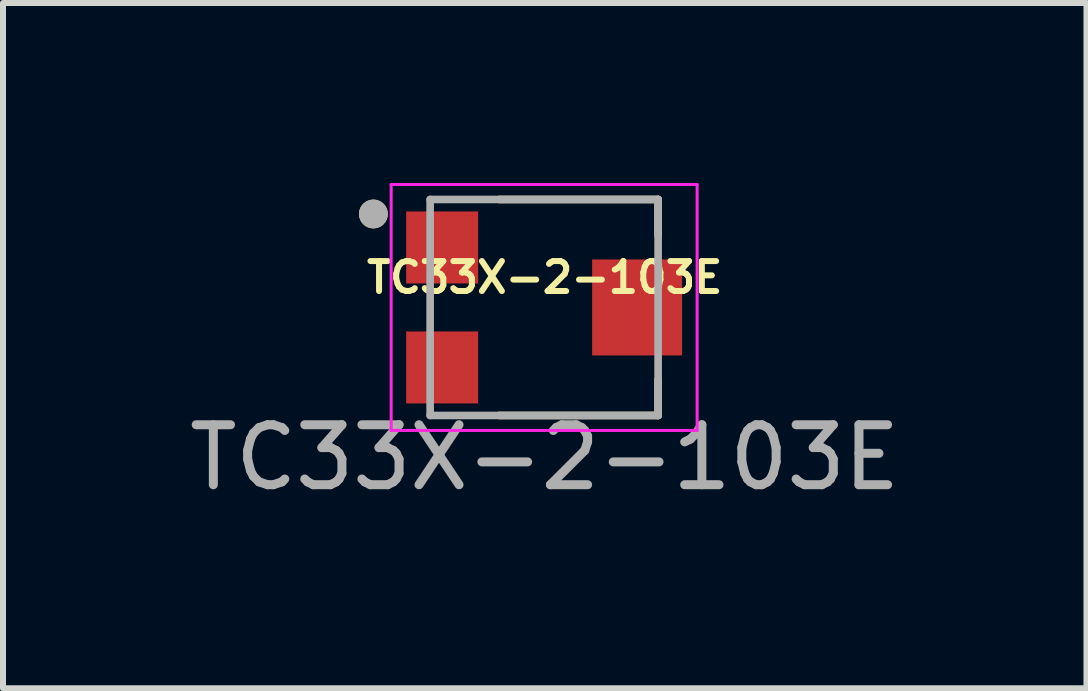
<source format=kicad_pcb>
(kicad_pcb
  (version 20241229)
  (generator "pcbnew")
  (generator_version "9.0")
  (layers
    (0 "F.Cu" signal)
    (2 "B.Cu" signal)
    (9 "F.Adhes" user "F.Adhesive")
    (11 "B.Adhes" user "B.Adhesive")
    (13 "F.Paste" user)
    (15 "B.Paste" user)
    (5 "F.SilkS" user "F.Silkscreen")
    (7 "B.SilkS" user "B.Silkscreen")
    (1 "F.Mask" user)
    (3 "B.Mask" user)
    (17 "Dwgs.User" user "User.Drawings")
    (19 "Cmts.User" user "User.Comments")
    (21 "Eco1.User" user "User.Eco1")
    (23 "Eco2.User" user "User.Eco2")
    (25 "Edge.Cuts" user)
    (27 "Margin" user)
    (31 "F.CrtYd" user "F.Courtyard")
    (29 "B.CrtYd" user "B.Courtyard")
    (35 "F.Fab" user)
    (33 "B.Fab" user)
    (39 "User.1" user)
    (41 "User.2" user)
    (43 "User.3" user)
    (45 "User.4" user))
  (footprint "TC33X-2-103E"
    (layer "F.Cu")
    (at 6.03 2.075)
    (property "Reference" "TC33X-2-103E" (at 0 -0.5 0) (unlocked yes) (layer "F.SilkS") (effects (font (size 0.5 0.5) (thickness 0.1))))
    (attr smd)
    (fp_line (start -0.76 -1.8) (end 1.89 -1.8) (stroke (width 0.127) (type solid)) (layer "F.SilkS"))
    (fp_line (start -0.76 1.8) (end 1.89 1.8) (stroke (width 0.127) (type solid)) (layer "F.SilkS"))
    (fp_line (start 1.89 -1.8) (end 1.89 -1.2) (stroke (width 0.127) (type solid)) (layer "F.SilkS"))
    (fp_line (start 1.89 1.8) (end 1.89 1.2) (stroke (width 0.127) (type solid)) (layer "F.SilkS"))
    (fp_circle (center -2.856 -1.558) (end -2.736 -1.558) (stroke (width 0.24) (type solid)) (fill no) (layer "F.SilkS"))
    (fp_line (start -2.56 -2.05) (end 2.54 -2.05) (stroke (width 0.05) (type solid)) (layer "F.CrtYd"))
    (fp_line (start -2.56 2.05) (end -2.56 -2.05) (stroke (width 0.05) (type solid)) (layer "F.CrtYd"))
    (fp_line (start 2.54 -2.05) (end 2.54 2.05) (stroke (width 0.05) (type solid)) (layer "F.CrtYd"))
    (fp_line (start 2.54 2.05) (end -2.56 2.05) (stroke (width 0.05) (type solid)) (layer "F.CrtYd"))
    (fp_line (start -1.91 -1.8) (end 1.89 -1.8) (stroke (width 0.127) (type solid)) (layer "F.Fab"))
    (fp_line (start -1.91 1.8) (end -1.91 -1.8) (stroke (width 0.127) (type solid)) (layer "F.Fab"))
    (fp_line (start 1.89 -1.8) (end 1.89 1.8) (stroke (width 0.127) (type solid)) (layer "F.Fab"))
    (fp_line (start 1.89 1.8) (end -1.91 1.8) (stroke (width 0.127) (type solid)) (layer "F.Fab"))
    (fp_circle (center -2.856 -1.558) (end -2.736 -1.558) (stroke (width 0.24) (type solid)) (fill no) (layer "F.Fab"))
    (fp_text user "${REFERENCE}" (at 0 2.5 0) (unlocked yes) (layer "F.Fab") (effects (font (size 1 1) (thickness 0.15))))
    (pad "1" smd rect (at -1.71 -1) (size 1.2 1.2) (layers "F.Cu" "F.Mask" "F.Paste"))
    (pad "2" smd rect (at 1.54 0 270) (size 1.6 1.5) (layers "F.Cu" "F.Mask" "F.Paste"))
    (pad "3" smd rect (at -1.71 1) (size 1.2 1.2) (layers "F.Cu" "F.Mask" "F.Paste")))
  (gr_rect
    (start -3 -3)
    (end 15.06 8.423)
    (stroke (width 0.1) (type default))
    (fill no)
    (layer "Edge.Cuts")))
</source>
